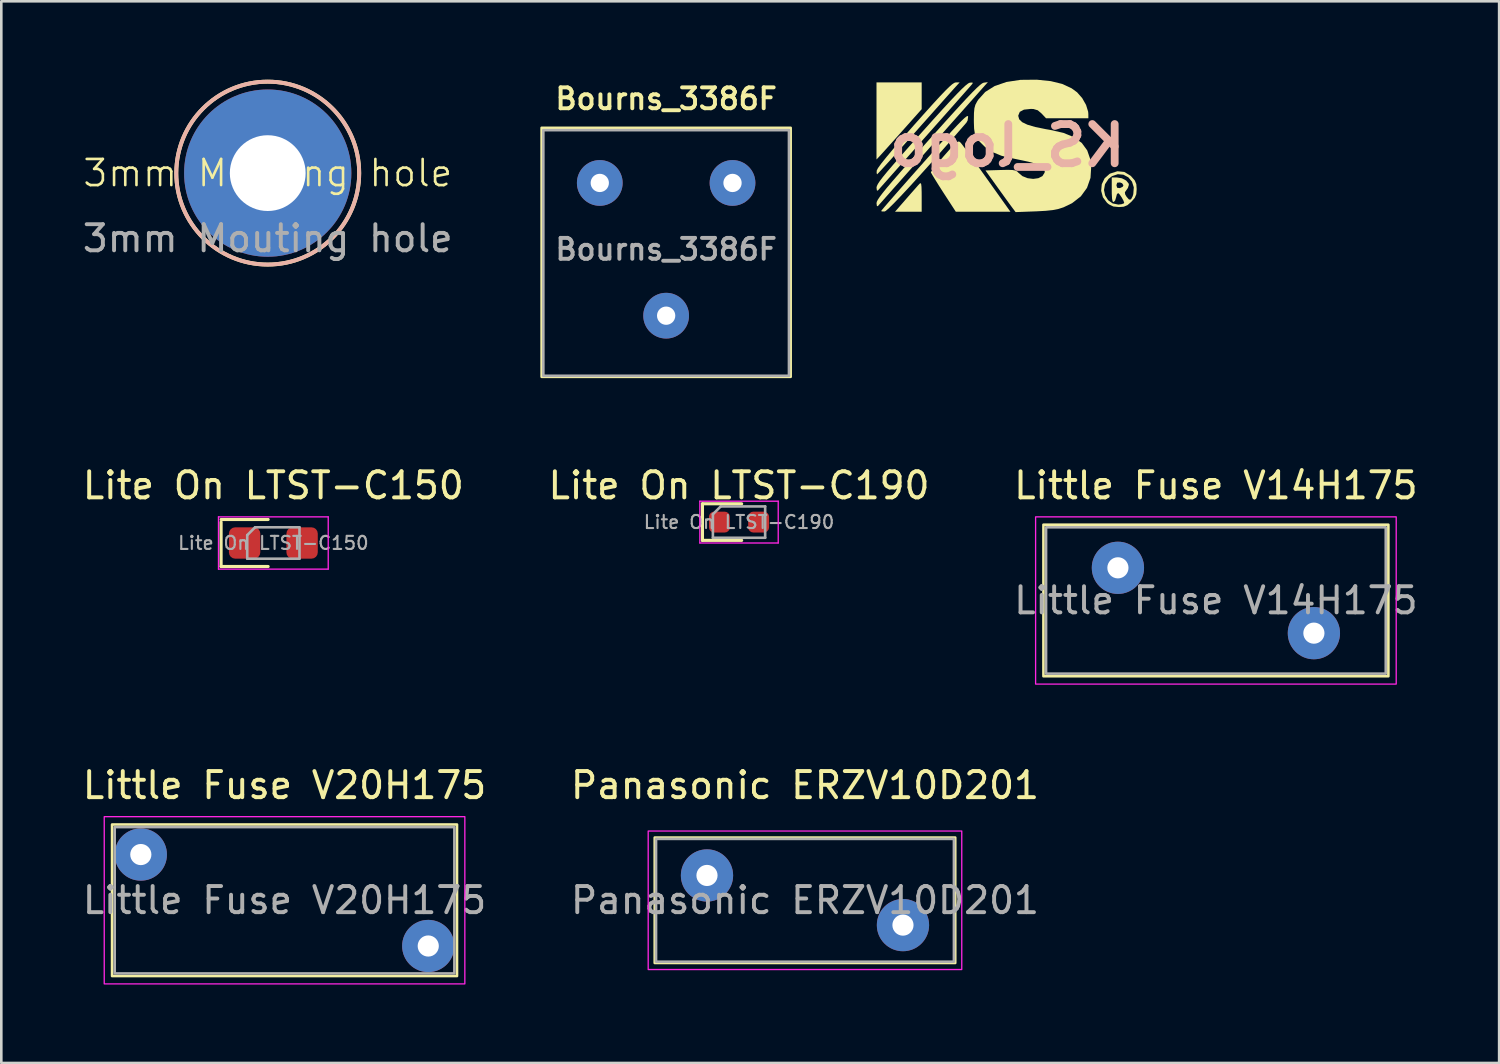
<source format=kicad_pcb>
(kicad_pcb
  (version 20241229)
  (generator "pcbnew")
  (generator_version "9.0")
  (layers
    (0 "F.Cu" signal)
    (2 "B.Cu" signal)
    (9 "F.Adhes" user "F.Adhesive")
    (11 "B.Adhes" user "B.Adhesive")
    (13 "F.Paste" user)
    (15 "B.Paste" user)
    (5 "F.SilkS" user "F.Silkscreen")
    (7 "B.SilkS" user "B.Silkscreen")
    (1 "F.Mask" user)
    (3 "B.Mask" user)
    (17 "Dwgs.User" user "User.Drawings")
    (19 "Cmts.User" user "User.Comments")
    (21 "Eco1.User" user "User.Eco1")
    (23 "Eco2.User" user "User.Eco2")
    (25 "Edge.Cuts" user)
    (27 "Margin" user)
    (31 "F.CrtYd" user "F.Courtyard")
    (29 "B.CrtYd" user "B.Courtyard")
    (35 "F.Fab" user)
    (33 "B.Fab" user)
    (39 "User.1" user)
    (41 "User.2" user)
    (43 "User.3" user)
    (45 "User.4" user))
  (footprint "Lite On LTST-C150"
    (layer "F.Cu")
    (at 7.411 17.73)
    (property "Reference" "Lite On LTST-C150" (at 0 -2.2 0) (layer "F.SilkS") (effects (font (size 1 1) (thickness 0.15))))
    (attr smd)
    (fp_line (start -2 -0.8) (end -2 0.9) (stroke (width 0.12) (type solid)) (layer "F.SilkS"))
    (fp_line (start -2 0.9) (end -0.2 0.9) (stroke (width 0.12) (type solid)) (layer "F.SilkS"))
    (fp_line (start -0.2 -0.9) (end -2 -0.9) (stroke (width 0.12) (type solid)) (layer "F.SilkS"))
    (fp_line (start -2.1 -1) (end 2.1 -1) (stroke (width 0.05) (type solid)) (layer "F.CrtYd"))
    (fp_line (start -2.1 1) (end -2.1 -1) (stroke (width 0.05) (type solid)) (layer "F.CrtYd"))
    (fp_line (start 2.1 -1) (end 2.1 1) (stroke (width 0.05) (type solid)) (layer "F.CrtYd"))
    (fp_line (start 2.1 1) (end -2.1 1) (stroke (width 0.05) (type solid)) (layer "F.CrtYd"))
    (fp_line (start -1 -0.3) (end -1 0.6) (stroke (width 0.1) (type solid)) (layer "F.Fab"))
    (fp_line (start -1 0.6) (end 1 0.6) (stroke (width 0.1) (type solid)) (layer "F.Fab"))
    (fp_line (start -0.7 -0.6) (end -1 -0.3) (stroke (width 0.1) (type solid)) (layer "F.Fab"))
    (fp_line (start 1 -0.6) (end -0.7 -0.6) (stroke (width 0.1) (type solid)) (layer "F.Fab"))
    (fp_line (start 1 0.6) (end 1 -0.6) (stroke (width 0.1) (type solid)) (layer "F.Fab"))
    (fp_text user "${REFERENCE}" (at 0 0 0) (layer "F.Fab") (effects (font (size 0.5 0.5) (thickness 0.08))))
    (pad "1" smd roundrect (at -1.1 0) (size 1.2 1.2) (layers "F.Cu" "F.Mask" "F.Paste") (roundrect_rratio 0.2))
    (pad "2" smd roundrect (at 1.1 0) (size 1.2 1.2) (layers "F.Cu" "F.Mask" "F.Paste") (roundrect_rratio 0.2)))
  (footprint "3mm Mouting hole"
    (layer "F.Cu")
    (at 7.196 3.575)
    (property "Reference" "3mm Mouting hole" (at 0 0 0) (unlocked yes) (layer "F.SilkS") (effects (font (size 1 1) (thickness 0.1))))
    (attr smd)
    (fp_circle (center 0 0) (end 3.5 0) (stroke (width 0.15) (type solid)) (fill no) (layer "F.SilkS"))
    (fp_circle (center 0 0) (end 0 3.5) (stroke (width 0.15) (type solid)) (fill no) (layer "B.SilkS"))
    (fp_text user "${REFERENCE}" (at 0 2.5 0) (unlocked yes) (layer "F.Fab") (effects (font (size 1 1) (thickness 0.15))))
    (pad "1" thru_hole circle (at 0 0) (size 6.4 6.4) (drill 2.9) (layers "*.Cu" "*.Mask")))
  (footprint "Little Fuse V14H175"
    (layer "F.Cu")
    (at 43.482 19.93)
    (property "Reference" "Little Fuse V14H175" (at 0 -4.4 0) (unlocked yes) (layer "F.SilkS") (effects (font (size 1 1) (thickness 0.15))))
    (attr through_hole)
    (fp_rect (start -6.6 -2.9) (end 6.6 2.9) (stroke (width 0.1) (type default)) (fill no) (layer "F.SilkS"))
    (fp_rect (start -6.9 -3.2) (end 6.9 3.2) (stroke (width 0.05) (type default)) (fill no) (layer "F.CrtYd"))
    (fp_rect (start -6.5 -2.8) (end 6.5 2.8) (stroke (width 0.1) (type solid)) (fill no) (layer "F.Fab"))
    (fp_text user "${REFERENCE}" (at 0 0 0) (unlocked yes) (layer "F.Fab") (effects (font (size 1 1) (thickness 0.15))))
    (pad "1" thru_hole circle (at -3.75 -1.25) (size 2 2) (drill 0.81) (layers "*.Cu" "*.Mask"))
    (pad "2" thru_hole circle (at 3.75 1.25) (size 2 2) (drill 0.81) (layers "*.Cu" "*.Mask")))
  (footprint "Panasonic ERZV10D201"
    (layer "F.Cu")
    (at 27.756 31.403)
    (property "Reference" "Panasonic ERZV10D201" (at 0 -4.4 0) (unlocked yes) (layer "F.SilkS") (effects (font (size 1 1) (thickness 0.15))))
    (attr through_hole)
    (fp_rect (start -5.75 -2.4) (end 5.75 2.4) (stroke (width 0.1) (type solid)) (fill no) (layer "F.SilkS"))
    (fp_rect (start -6 -2.65) (end 6 2.65) (stroke (width 0.05) (type solid)) (fill no) (layer "F.CrtYd"))
    (fp_rect (start -5.7 -2.35) (end 5.7 2.35) (stroke (width 0.1) (type solid)) (fill no) (layer "F.Fab"))
    (fp_text user "${REFERENCE}" (at 0 0 0) (unlocked yes) (layer "F.Fab") (effects (font (size 1 1) (thickness 0.15))))
    (pad "1" thru_hole circle (at -3.75 -0.95) (size 2 2) (drill 0.81) (layers "*.Cu" "*.Mask"))
    (pad "2" thru_hole circle (at 3.75 0.95) (size 2 2) (drill 0.81) (layers "*.Cu" "*.Mask")))
  (footprint "Bourns_3386F"
    (layer "F.Cu")
    (at 22.443 9.031)
    (property "Reference" "Bourns_3386F" (at 0 -8.3 0) (layer "F.SilkS") (effects (font (size 0.8 0.8) (thickness 0.15))))
    (attr through_hole)
    (fp_rect (start -4.765 -7.19) (end 4.765 2.34) (stroke (width 0.1) (type solid)) (fill no) (layer "F.SilkS"))
    (fp_rect (start -5 -7.4) (end 5 2.6) (stroke (width 0.1) (type default)) (fill no) (layer "Margin"))
    (fp_rect (start -4.7 -7.1) (end 4.7 2.3) (stroke (width 0.1) (type default)) (fill no) (layer "F.Fab"))
    (fp_text user "${REFERENCE}" (at 0 -2.54 180) (layer "F.Fab") (effects (font (size 0.8 0.8) (thickness 0.15))))
    (pad "1" thru_hole circle (at 2.54 -5.08) (size 1.75 1.75) (drill 0.7) (layers "*.Cu" "*.Mask"))
    (pad "2" thru_hole circle (at 0 0) (size 1.75 1.75) (drill 0.7) (layers "*.Cu" "*.Mask"))
    (pad "3" thru_hole circle (at -2.54 -5.08) (size 1.75 1.75) (drill 0.7) (layers "*.Cu" "*.Mask")))
  (footprint "Little Fuse V20H175"
    (layer "F.Cu")
    (at 7.839 31.403)
    (property "Reference" "Little Fuse V20H175" (at 0 -4.4 0) (unlocked yes) (layer "F.SilkS") (effects (font (size 1 1) (thickness 0.15))))
    (attr through_hole)
    (fp_rect (start -6.6 -2.9) (end 6.6 2.9) (stroke (width 0.1) (type default)) (fill no) (layer "F.SilkS"))
    (fp_rect (start -6.9 -3.2) (end 6.9 3.2) (stroke (width 0.05) (type default)) (fill no) (layer "F.CrtYd"))
    (fp_rect (start -6.5 -2.8) (end 6.5 2.8) (stroke (width 0.1) (type solid)) (fill no) (layer "F.Fab"))
    (fp_text user "${REFERENCE}" (at 0 0 0) (unlocked yes) (layer "F.Fab") (effects (font (size 1 1) (thickness 0.15))))
    (pad "1" thru_hole circle (at -5.5 -1.75) (size 2 2) (drill 0.81) (layers "*.Cu" "*.Mask"))
    (pad "2" thru_hole circle (at 5.5 1.75) (size 2 2) (drill 0.81) (layers "*.Cu" "*.Mask")))
  (footprint "KS_logo"
    (layer "F.Cu")
    (at 35.501 2.519)
    (property "Reference" "KS_logo" (at 0 0 0) (layer "B.SilkS") (effects (font (size 1.5 1.5) (thickness 0.3)) (justify mirror)))
    (attr board_only exclude_from_pos_files exclude_from_bom)
    (fp_poly (pts (xy -3.299 1.472) (xy -3.286 1.582) (xy -3.28 1.783) (xy -3.279 1.955) (xy -3.279 2.534) (xy -3.789 2.534) (xy -4.3 2.534) (xy -3.871 2.042) (xy -3.688 1.832) (xy -3.527 1.65) (xy -3.41 1.517) (xy -3.361 1.463) (xy -3.323 1.438)) (stroke (width 0) (type solid)) (fill yes) (layer "F.SilkS"))
    (fp_poly (pts (xy -3.279 -1.903) (xy -3.279 -1.391) (xy -4.005 -0.576) (xy -4.247 -0.305) (xy -4.471 -0.055) (xy -4.66 0.156) (xy -4.8 0.311) (xy -4.869 0.386) (xy -5.008 0.534) (xy -5.008 -0.94) (xy -5.008 -2.415) (xy -4.144 -2.415) (xy -3.279 -2.415)) (stroke (width 0) (type solid)) (fill yes) (layer "F.SilkS"))
    (fp_poly (pts (xy -1.833 -0.147) (xy -1.788 -0.109) (xy -1.788 -0.108) (xy -1.726 -0.031) (xy -1.607 0.128) (xy -1.439 0.357) (xy -1.234 0.64) (xy -1.002 0.963) (xy -0.785 1.267) (xy 0.117 2.534) (xy -0.928 2.534) (xy -1.973 2.534) (xy -2.447 1.804) (xy -2.615 1.542) (xy -2.757 1.314) (xy -2.863 1.141) (xy -2.92 1.04) (xy -2.926 1.024) (xy -2.891 0.963) (xy -2.791 0.831) (xy -2.641 0.647) (xy -2.454 0.429) (xy -2.41 0.379) (xy -2.199 0.14) (xy -2.05 -0.021) (xy -1.949 -0.115) (xy -1.882 -0.153)) (stroke (width 0) (type solid)) (fill yes) (layer "F.SilkS"))
    (fp_poly (pts (xy -1.501 -1.11) (xy -1.521 -0.958) (xy -1.567 -0.875) (xy -2.074 -0.293) (xy -2.553 0.252) (xy -2.998 0.753) (xy -3.404 1.204) (xy -3.764 1.599) (xy -4.075 1.932) (xy -4.329 2.197) (xy -4.521 2.387) (xy -4.646 2.497) (xy -4.69 2.523) (xy -4.797 2.525) (xy -4.83 2.506) (xy -4.791 2.456) (xy -4.682 2.326) (xy -4.509 2.125) (xy -4.282 1.865) (xy -4.008 1.553) (xy -3.696 1.199) (xy -3.354 0.813) (xy -3.175 0.612) (xy -2.761 0.147) (xy -2.418 -0.234) (xy -2.141 -0.538) (xy -1.923 -0.771) (xy -1.758 -0.941) (xy -1.64 -1.053) (xy -1.562 -1.114) (xy -1.517 -1.131)) (stroke (width 0) (type solid)) (fill yes) (layer "F.SilkS"))
    (fp_poly (pts (xy -1.977 -2.251) (xy -2.051 -2.169) (xy -2.194 -2.009) (xy -2.396 -1.782) (xy -2.646 -1.501) (xy -2.935 -1.176) (xy -3.253 -0.819) (xy -3.543 -0.492) (xy -3.87 -0.124) (xy -4.172 0.213) (xy -4.439 0.511) (xy -4.664 0.759) (xy -4.836 0.947) (xy -4.947 1.065) (xy -4.987 1.103) (xy -5.003 1.052) (xy -4.998 0.953) (xy -4.951 0.863) (xy -4.826 0.69) (xy -4.624 0.438) (xy -4.35 0.11) (xy -4.005 -0.29) (xy -3.594 -0.758) (xy -3.551 -0.806) (xy -3.161 -1.244) (xy -2.841 -1.599) (xy -2.583 -1.879) (xy -2.381 -2.091) (xy -2.227 -2.243) (xy -2.113 -2.343) (xy -2.032 -2.397) (xy -1.977 -2.415) (xy -1.975 -2.415) (xy -1.826 -2.415)) (stroke (width 0) (type solid)) (fill yes) (layer "F.SilkS"))
    (fp_poly (pts (xy -1.329 -2.376) (xy -1.377 -2.316) (xy -1.435 -2.249) (xy -1.564 -2.103) (xy -1.755 -1.887) (xy -1.999 -1.611) (xy -2.288 -1.285) (xy -2.613 -0.919) (xy -2.965 -0.522) (xy -3.19 -0.268) (xy -3.552 0.14) (xy -3.891 0.522) (xy -4.198 0.868) (xy -4.464 1.168) (xy -4.681 1.413) (xy -4.842 1.594) (xy -4.936 1.701) (xy -4.959 1.726) (xy -4.993 1.718) (xy -5.007 1.615) (xy -5.007 1.607) (xy -4.994 1.55) (xy -4.954 1.469) (xy -4.879 1.356) (xy -4.763 1.203) (xy -4.599 1.003) (xy -4.381 0.748) (xy -4.103 0.428) (xy -3.758 0.038) (xy -3.339 -0.432) (xy -3.299 -0.477) (xy -2.855 -0.972) (xy -2.483 -1.382) (xy -2.177 -1.714) (xy -1.932 -1.973) (xy -1.741 -2.166) (xy -1.599 -2.298) (xy -1.5 -2.376) (xy -1.439 -2.405) (xy -1.438 -2.405) (xy -1.333 -2.412)) (stroke (width 0) (type solid)) (fill yes) (layer "F.SilkS"))
    (fp_poly (pts (xy -0.87 -2.286) (xy -0.93 -2.218) (xy -1.06 -2.072) (xy -1.249 -1.859) (xy -1.489 -1.589) (xy -1.769 -1.273) (xy -2.082 -0.921) (xy -2.417 -0.543) (xy -2.765 -0.151) (xy -3.117 0.246) (xy -3.464 0.637) (xy -3.796 1.011) (xy -4.104 1.359) (xy -4.379 1.668) (xy -4.611 1.93) (xy -4.791 2.134) (xy -4.911 2.268) (xy -4.959 2.322) (xy -4.993 2.314) (xy -5.007 2.211) (xy -5.007 2.203) (xy -4.995 2.149) (xy -4.956 2.072) (xy -4.883 1.963) (xy -4.772 1.816) (xy -4.616 1.623) (xy -4.408 1.378) (xy -4.143 1.072) (xy -3.815 0.699) (xy -3.418 0.251) (xy -3.035 -0.179) (xy -2.563 -0.705) (xy -2.164 -1.148) (xy -1.832 -1.512) (xy -1.56 -1.805) (xy -1.343 -2.032) (xy -1.175 -2.199) (xy -1.05 -2.313) (xy -0.962 -2.38) (xy -0.906 -2.405) (xy -0.905 -2.405) (xy -0.745 -2.425)) (stroke (width 0) (type solid)) (fill yes) (layer "F.SilkS"))
    (fp_poly (pts (xy 4.475 1.011) (xy 4.712 1.154) (xy 4.746 1.187) (xy 4.876 1.337) (xy 4.935 1.479) (xy 4.949 1.669) (xy 4.934 1.864) (xy 4.874 2.006) (xy 4.746 2.152) (xy 4.595 2.283) (xy 4.452 2.342) (xy 4.27 2.355) (xy 4.055 2.334) (xy 3.89 2.254) (xy 3.813 2.191) (xy 3.656 1.98) (xy 3.59 1.734) (xy 3.593 1.7) (xy 3.698 1.7) (xy 3.742 1.912) (xy 3.856 2.092) (xy 4.029 2.216) (xy 4.248 2.26) (xy 4.367 2.246) (xy 4.456 2.214) (xy 4.472 2.196) (xy 4.443 2.109) (xy 4.375 1.986) (xy 4.298 1.874) (xy 4.24 1.819) (xy 4.236 1.819) (xy 4.19 1.87) (xy 4.163 1.978) (xy 4.124 2.105) (xy 4.069 2.162) (xy 4.03 2.142) (xy 4.007 2.04) (xy 3.996 1.843) (xy 3.995 1.704) (xy 3.995 1.52) (xy 4.174 1.52) (xy 4.201 1.616) (xy 4.302 1.63) (xy 4.308 1.629) (xy 4.413 1.58) (xy 4.442 1.52) (xy 4.391 1.443) (xy 4.308 1.412) (xy 4.203 1.423) (xy 4.174 1.515) (xy 4.174 1.52) (xy 3.995 1.52) (xy 3.995 1.222) (xy 4.19 1.222) (xy 4.385 1.255) (xy 4.546 1.339) (xy 4.64 1.452) (xy 4.651 1.504) (xy 4.613 1.623) (xy 4.557 1.704) (xy 4.497 1.789) (xy 4.509 1.871) (xy 4.563 1.962) (xy 4.656 2.068) (xy 4.731 2.063) (xy 4.794 1.943) (xy 4.819 1.86) (xy 4.839 1.601) (xy 4.769 1.382) (xy 4.629 1.217) (xy 4.441 1.117) (xy 4.227 1.097) (xy 4.008 1.171) (xy 3.871 1.277) (xy 3.737 1.48) (xy 3.698 1.7) (xy 3.593 1.7) (xy 3.613 1.482) (xy 3.721 1.256) (xy 3.91 1.087) (xy 3.933 1.074) (xy 4.213 0.984)) (stroke (width 0) (type solid)) (fill yes) (layer "F.SilkS"))
    (fp_poly (pts (xy 1.127 -2.519) (xy 1.661 -2.464) (xy 2.099 -2.357) (xy 2.455 -2.192) (xy 2.668 -2.037) (xy 2.863 -1.816) (xy 3.012 -1.553) (xy 3.092 -1.293) (xy 3.099 -1.207) (xy 3.1 -1.043) (xy 2.29 -1.043) (xy 1.479 -1.043) (xy 1.312 -1.222) (xy 1.164 -1.348) (xy 0.999 -1.397) (xy 0.896 -1.401) (xy 0.634 -1.373) (xy 0.476 -1.289) (xy 0.418 -1.148) (xy 0.417 -1.132) (xy 0.453 -1.004) (xy 0.566 -0.894) (xy 0.767 -0.797) (xy 1.064 -0.71) (xy 1.468 -0.627) (xy 1.643 -0.597) (xy 2.148 -0.483) (xy 2.548 -0.318) (xy 2.849 -0.097) (xy 3.056 0.186) (xy 3.176 0.534) (xy 3.209 0.802) (xy 3.182 1.238) (xy 3.048 1.62) (xy 2.812 1.945) (xy 2.476 2.207) (xy 2.151 2.364) (xy 1.96 2.426) (xy 1.742 2.47) (xy 1.468 2.499) (xy 1.107 2.519) (xy 1.067 2.52) (xy 0.315 2.548) (xy 0.165 2.347) (xy 0.07 2.219) (xy -0.073 2.021) (xy -0.245 1.782) (xy -0.412 1.55) (xy -0.838 0.954) (xy -0.257 0.937) (xy 0.017 0.931) (xy 0.197 0.937) (xy 0.309 0.957) (xy 0.379 0.995) (xy 0.415 1.034) (xy 0.576 1.171) (xy 0.777 1.251) (xy 0.99 1.277) (xy 1.187 1.25) (xy 1.341 1.171) (xy 1.424 1.041) (xy 1.431 0.982) (xy 1.398 0.876) (xy 1.29 0.784) (xy 1.094 0.7) (xy 0.8 0.619) (xy 0.564 0.568) (xy 0.288 0.511) (xy 0.034 0.455) (xy -0.16 0.409) (xy -0.229 0.391) (xy -0.551 0.257) (xy -0.849 0.061) (xy -1.08 -0.167) (xy -1.119 -0.223) (xy -1.2 -0.357) (xy -1.249 -0.486) (xy -1.273 -0.644) (xy -1.281 -0.871) (xy -1.282 -0.984) (xy -1.278 -1.245) (xy -1.261 -1.425) (xy -1.223 -1.561) (xy -1.155 -1.689) (xy -1.115 -1.752) (xy -0.847 -2.05) (xy -0.485 -2.277) (xy -0.035 -2.432) (xy 0.501 -2.513) (xy 1.118 -2.519)) (stroke (width 0) (type solid)) (fill yes) (layer "F.SilkS")))
  (footprint "Lite On LTST-C190"
    (layer "F.Cu")
    (at 25.232 16.93)
    (property "Reference" "Lite On LTST-C190" (at 0 -1.4 0) (layer "F.SilkS") (effects (font (size 1 1) (thickness 0.15))))
    (attr smd)
    (fp_line (start -1.4 -0.7) (end -1.4 0.7) (stroke (width 0.12) (type solid)) (layer "F.SilkS"))
    (fp_line (start -1.4 0.7) (end 0.1 0.7) (stroke (width 0.12) (type solid)) (layer "F.SilkS"))
    (fp_line (start 0.1 -0.7) (end -1.4 -0.7) (stroke (width 0.12) (type solid)) (layer "F.SilkS"))
    (fp_line (start -1.5 -0.8) (end 1.5 -0.8) (stroke (width 0.05) (type solid)) (layer "F.CrtYd"))
    (fp_line (start -1.5 0.8) (end -1.5 -0.8) (stroke (width 0.05) (type solid)) (layer "F.CrtYd"))
    (fp_line (start 1.5 -0.8) (end 1.5 0.8) (stroke (width 0.05) (type solid)) (layer "F.CrtYd"))
    (fp_line (start 1.5 0.8) (end -1.5 0.8) (stroke (width 0.05) (type solid)) (layer "F.CrtYd"))
    (fp_line (start -1 -0.3) (end -1 0.6) (stroke (width 0.1) (type solid)) (layer "F.Fab"))
    (fp_line (start -1 0.6) (end 1 0.6) (stroke (width 0.1) (type solid)) (layer "F.Fab"))
    (fp_line (start -0.7 -0.6) (end -1 -0.3) (stroke (width 0.1) (type solid)) (layer "F.Fab"))
    (fp_line (start 1 -0.6) (end -0.7 -0.6) (stroke (width 0.1) (type solid)) (layer "F.Fab"))
    (fp_line (start 1 0.6) (end 1 -0.6) (stroke (width 0.1) (type solid)) (layer "F.Fab"))
    (fp_text user "${REFERENCE}" (at 0 0 0) (layer "F.Fab") (effects (font (size 0.5 0.5) (thickness 0.08))))
    (pad "1" smd roundrect (at -0.75 0) (size 0.8 0.8) (layers "F.Cu" "F.Mask" "F.Paste") (roundrect_rratio 0.25))
    (pad "2" smd roundrect (at 0.75 0) (size 0.8 0.8) (layers "F.Cu" "F.Mask" "F.Paste") (roundrect_rratio 0.25)))
  (gr_rect
    (start -3 -3)
    (end 54.321 37.628)
    (stroke (width 0.1) (type default))
    (fill no)
    (layer "Edge.Cuts")))
</source>
